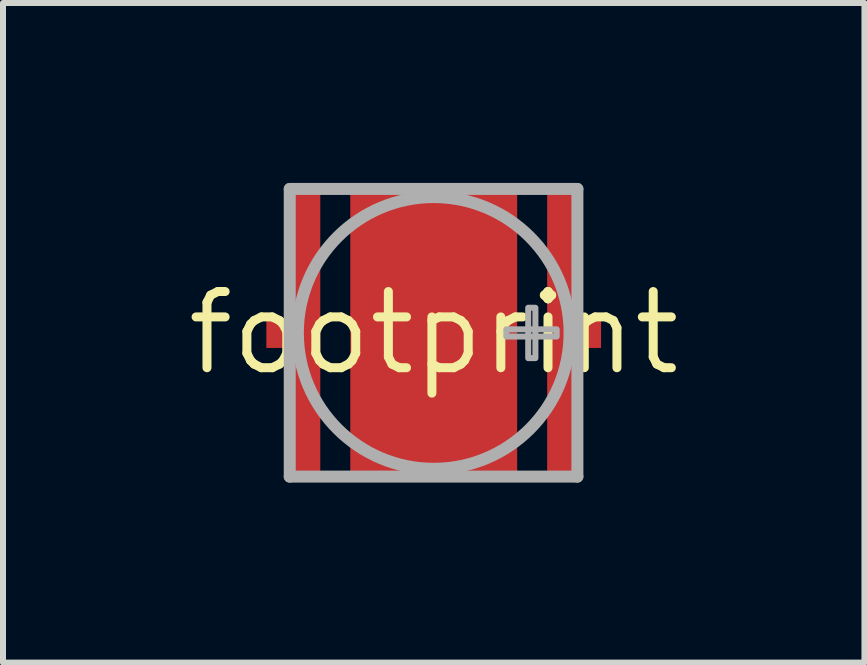
<source format=kicad_pcb>
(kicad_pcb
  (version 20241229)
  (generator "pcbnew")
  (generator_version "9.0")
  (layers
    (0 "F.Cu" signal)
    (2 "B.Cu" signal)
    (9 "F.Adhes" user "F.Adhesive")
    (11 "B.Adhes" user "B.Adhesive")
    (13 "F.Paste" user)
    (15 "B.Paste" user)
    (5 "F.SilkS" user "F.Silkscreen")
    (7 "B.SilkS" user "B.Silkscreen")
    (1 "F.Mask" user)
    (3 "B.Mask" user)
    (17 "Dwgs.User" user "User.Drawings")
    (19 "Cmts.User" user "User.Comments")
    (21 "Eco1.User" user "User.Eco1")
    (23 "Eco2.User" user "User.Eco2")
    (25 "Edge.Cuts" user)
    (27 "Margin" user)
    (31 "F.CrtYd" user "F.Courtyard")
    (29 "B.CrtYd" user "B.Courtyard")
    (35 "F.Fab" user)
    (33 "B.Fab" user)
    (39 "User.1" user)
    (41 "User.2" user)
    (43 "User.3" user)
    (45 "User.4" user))
  (footprint "footprint"
    (layer "F.Cu")
    (at 4.18 2.5)
    (property "Reference" "footprint" (at 0 0 0) (layer "F.SilkS") (effects (font (size 1.27 1.27) (thickness 0.15))))
    (fp_poly (pts (xy -2.84 0.295) (xy -2.295 0.295) (xy -2.295 -0.3) (xy -2.84 -0.3)) (stroke (width 0) (type solid)) (fill yes) (layer "F.Mask"))
    (fp_poly (pts (xy -2.44 2.45) (xy -1.845 2.45) (xy -1.845 -2.44) (xy -2.44 -2.44)) (stroke (width 0) (type solid)) (fill yes) (layer "F.Mask"))
    (fp_poly (pts (xy -1.455 2.44) (xy 1.44 2.44) (xy 1.44 -2.445) (xy -1.455 -2.445)) (stroke (width 0) (type solid)) (fill yes) (layer "F.Mask"))
    (fp_poly (pts (xy 2.44 -2.45) (xy 1.845 -2.45) (xy 1.845 2.445) (xy 2.44 2.445)) (stroke (width 0) (type solid)) (fill yes) (layer "F.Mask"))
    (fp_poly (pts (xy 2.84 -0.295) (xy 2.295 -0.295) (xy 2.295 0.3) (xy 2.84 0.3)) (stroke (width 0) (type solid)) (fill yes) (layer "F.Mask"))
    (fp_poly (pts (xy -2.75 0.195) (xy -2.345 0.195) (xy -2.345 -0.2) (xy -2.75 -0.2)) (stroke (width 0) (type solid)) (fill yes) (layer "F.Paste"))
    (fp_poly (pts (xy -2.35 2.35) (xy -1.9 2.35) (xy -1.9 -2.35) (xy -2.35 -2.35)) (stroke (width 0) (type solid)) (fill yes) (layer "F.Paste"))
    (fp_poly (pts (xy -1.295 2.355) (xy 1.3 2.355) (xy 1.3 -2.35) (xy -1.295 -2.35)) (stroke (width 0) (type solid)) (fill yes) (layer "F.Paste"))
    (fp_poly (pts (xy 2.35 -2.35) (xy 1.9 -2.35) (xy 1.9 2.35) (xy 2.35 2.35)) (stroke (width 0) (type solid)) (fill yes) (layer "F.Paste"))
    (fp_poly (pts (xy 2.75 -0.195) (xy 2.345 -0.195) (xy 2.345 0.2) (xy 2.75 0.2)) (stroke (width 0) (type solid)) (fill yes) (layer "F.Paste"))
    (fp_line (start -2.4 -2.4) (end 2.395 -2.4) (stroke (width 0.2) (type solid)) (layer "F.Fab"))
    (fp_line (start -2.4 2.395) (end -2.4 -2.4) (stroke (width 0.2) (type solid)) (layer "F.Fab"))
    (fp_line (start 2.395 -2.4) (end 2.395 2.395) (stroke (width 0.2) (type solid)) (layer "F.Fab"))
    (fp_line (start 2.395 2.395) (end -2.4 2.395) (stroke (width 0.2) (type solid)) (layer "F.Fab"))
    (fp_circle (center 0 0) (end 2.265 0) (stroke (width 0.2) (type solid)) (fill no) (layer "F.Fab"))
    (fp_poly (pts (xy 1.575 0.42) (xy 1.695 0.42) (xy 1.695 -0.42) (xy 1.575 -0.42)) (stroke (width 0.1) (type solid)) (fill no) (layer "F.Fab"))
    (fp_poly (pts (xy 2.05 0.06) (xy 2.05 -0.06) (xy 1.21 -0.06) (xy 1.21 0.06)) (stroke (width 0.1) (type solid)) (fill no) (layer "F.Fab"))
    (pad "A" smd rect (at 2.141 0) (size 0.5 4.8) (layers "F.Cu"))
    (pad "A@1" smd rect (at 2.54 0) (size 0.5 0.5) (layers "F.Cu"))
    (pad "C" smd rect (at -2.141 0) (size 0.5 4.8) (layers "F.Cu"))
    (pad "C@1" smd rect (at -2.54 0) (size 0.5 0.5) (layers "F.Cu"))
    (pad "EXP" smd rect (at 0 0) (size 2.782 4.8) (layers "F.Cu")))
  (gr_rect
    (start -3 -3)
    (end 11.36 7.995)
    (stroke (width 0.1) (type default))
    (fill no)
    (layer "Edge.Cuts")))
</source>
